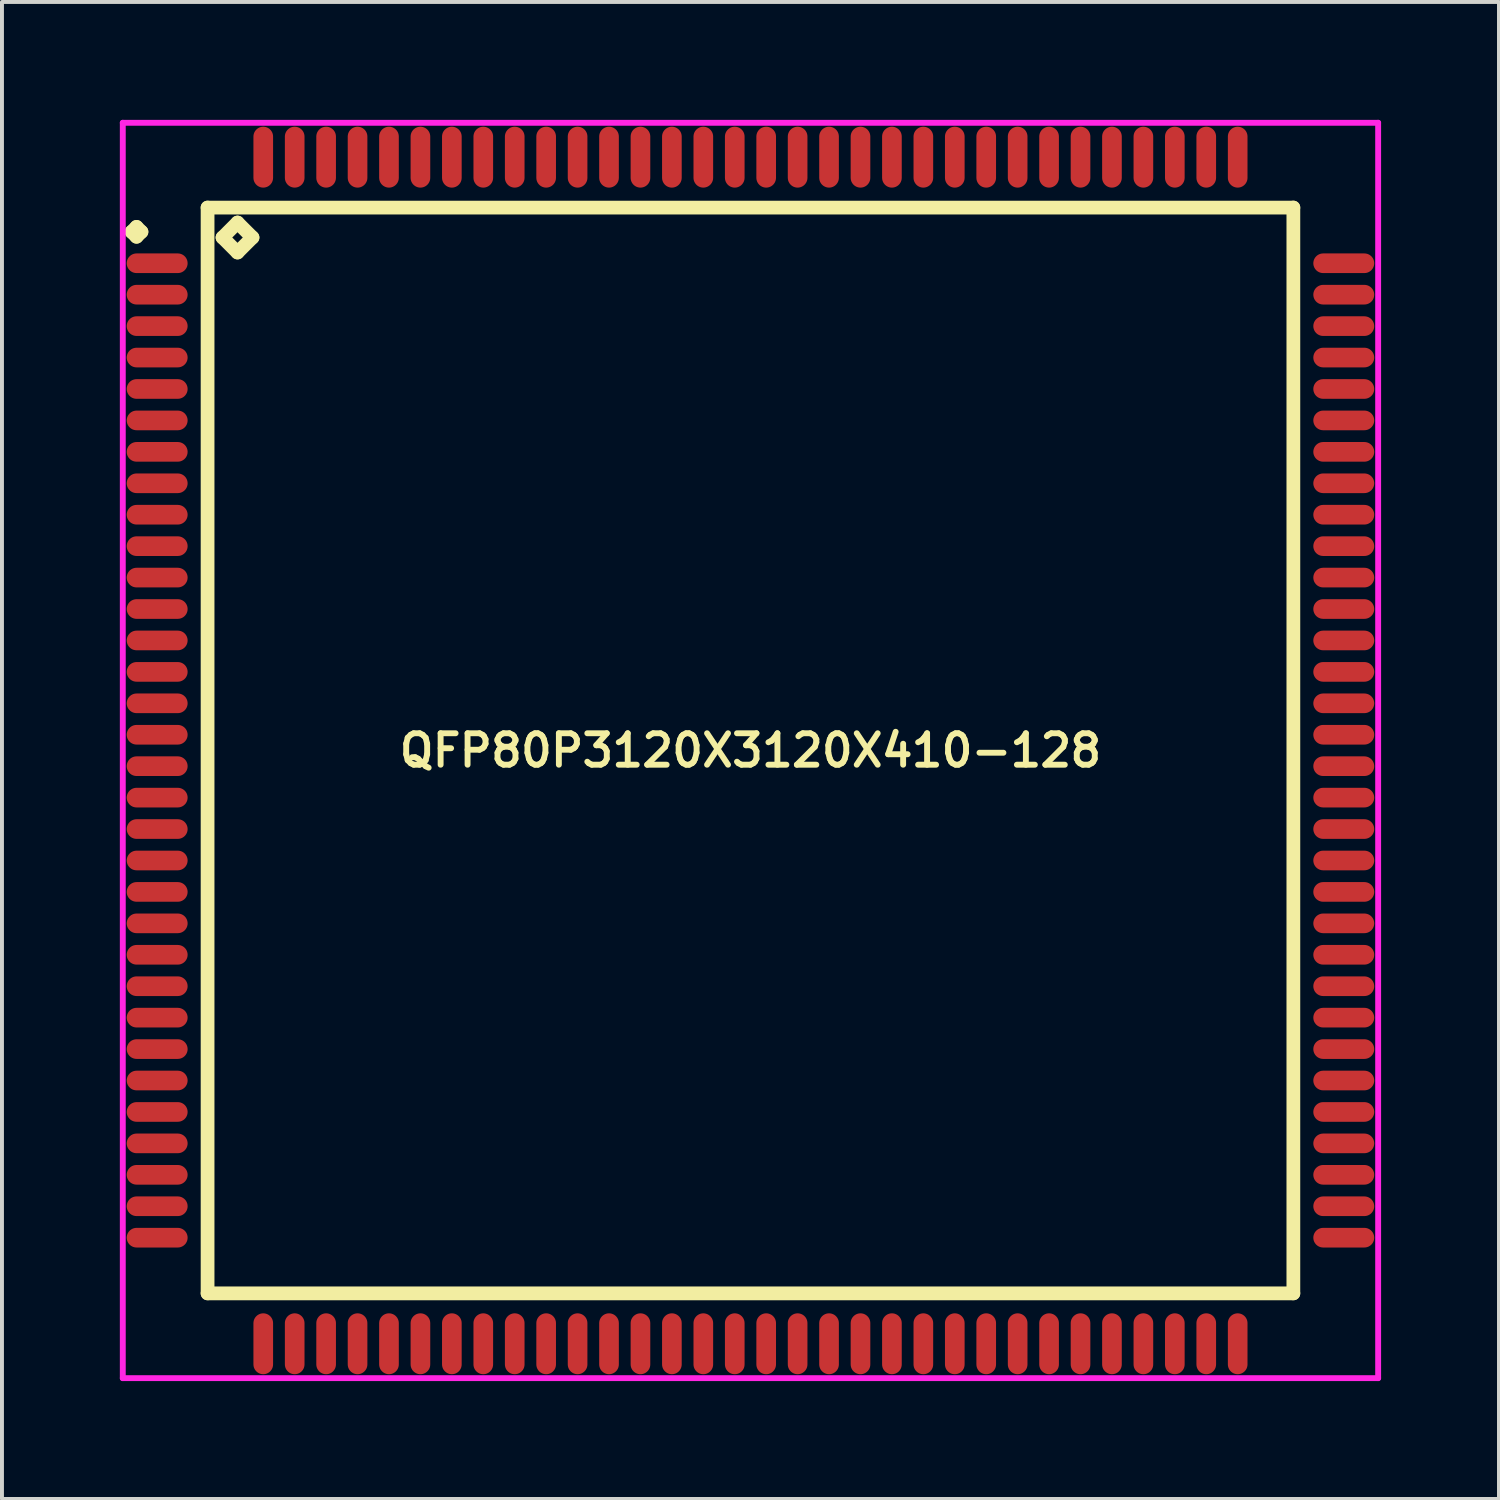
<source format=kicad_pcb>
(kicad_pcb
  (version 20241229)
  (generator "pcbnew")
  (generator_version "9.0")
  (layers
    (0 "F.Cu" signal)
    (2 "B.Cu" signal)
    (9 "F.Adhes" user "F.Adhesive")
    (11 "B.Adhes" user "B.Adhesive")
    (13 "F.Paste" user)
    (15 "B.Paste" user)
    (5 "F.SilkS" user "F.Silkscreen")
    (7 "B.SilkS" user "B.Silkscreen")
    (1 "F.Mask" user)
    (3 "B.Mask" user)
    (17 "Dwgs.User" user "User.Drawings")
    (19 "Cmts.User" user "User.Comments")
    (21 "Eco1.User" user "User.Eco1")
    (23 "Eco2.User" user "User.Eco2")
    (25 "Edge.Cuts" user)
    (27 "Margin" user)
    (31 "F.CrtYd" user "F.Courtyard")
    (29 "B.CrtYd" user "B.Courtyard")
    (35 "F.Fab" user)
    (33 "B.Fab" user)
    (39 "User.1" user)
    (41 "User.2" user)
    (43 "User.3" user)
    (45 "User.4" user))
  (footprint "QFP80P3120X3120X410-128"
    (layer "F.Cu")
    (at 16.05 16.05)
    (property "Reference" "QFP80P3120X3120X410-128" (at 0 0 0) (layer "F.SilkS") (effects (font (size 0.8 0.8) (thickness 0.15))))
    (attr through_hole)
    (fp_line (start -15.75 -13.2) (end -15.625 -13.325) (stroke (width 0.35) (type solid)) (layer "F.SilkS"))
    (fp_line (start -15.625 -13.325) (end -15.5 -13.2) (stroke (width 0.35) (type solid)) (layer "F.SilkS"))
    (fp_line (start -15.625 -13.075) (end -15.75 -13.2) (stroke (width 0.35) (type solid)) (layer "F.SilkS"))
    (fp_line (start -15.5 -13.2) (end -15.625 -13.075) (stroke (width 0.35) (type solid)) (layer "F.SilkS"))
    (fp_line (start -13.817 -13.817) (end -13.817 13.817) (stroke (width 0.35) (type solid)) (layer "F.SilkS"))
    (fp_line (start -13.817 13.817) (end 13.817 13.817) (stroke (width 0.35) (type solid)) (layer "F.SilkS"))
    (fp_line (start -13.436 -13.055) (end -13.055 -13.436) (stroke (width 0.35) (type solid)) (layer "F.SilkS"))
    (fp_line (start -13.055 -13.436) (end -12.674 -13.055) (stroke (width 0.35) (type solid)) (layer "F.SilkS"))
    (fp_line (start -13.055 -12.674) (end -13.436 -13.055) (stroke (width 0.35) (type solid)) (layer "F.SilkS"))
    (fp_line (start -12.674 -13.055) (end -13.055 -12.674) (stroke (width 0.35) (type solid)) (layer "F.SilkS"))
    (fp_line (start 13.817 -13.817) (end -13.817 -13.817) (stroke (width 0.35) (type solid)) (layer "F.SilkS"))
    (fp_line (start 13.817 13.817) (end 13.817 -13.817) (stroke (width 0.35) (type solid)) (layer "F.SilkS"))
    (fp_line (start -15.975 -15.975) (end 15.975 -15.975) (stroke (width 0.15) (type solid)) (layer "F.CrtYd"))
    (fp_line (start -15.975 15.975) (end -15.975 -15.975) (stroke (width 0.15) (type solid)) (layer "F.CrtYd"))
    (fp_line (start 15.975 -15.975) (end 15.975 15.975) (stroke (width 0.15) (type solid)) (layer "F.CrtYd"))
    (fp_line (start 15.975 15.975) (end -15.975 15.975) (stroke (width 0.15) (type solid)) (layer "F.CrtYd"))
    (pad "1" smd oval (at -15.1 -12.4) (size 1.55 0.5) (layers "F.Cu" "F.Mask" "F.Paste"))
    (pad "2" smd oval (at -15.1 -11.6) (size 1.55 0.5) (layers "F.Cu" "F.Mask" "F.Paste"))
    (pad "3" smd oval (at -15.1 -10.8) (size 1.55 0.5) (layers "F.Cu" "F.Mask" "F.Paste"))
    (pad "4" smd oval (at -15.1 -10) (size 1.55 0.5) (layers "F.Cu" "F.Mask" "F.Paste"))
    (pad "5" smd oval (at -15.1 -9.2) (size 1.55 0.5) (layers "F.Cu" "F.Mask" "F.Paste"))
    (pad "6" smd oval (at -15.1 -8.4) (size 1.55 0.5) (layers "F.Cu" "F.Mask" "F.Paste"))
    (pad "7" smd oval (at -15.1 -7.6) (size 1.55 0.5) (layers "F.Cu" "F.Mask" "F.Paste"))
    (pad "8" smd oval (at -15.1 -6.8) (size 1.55 0.5) (layers "F.Cu" "F.Mask" "F.Paste"))
    (pad "9" smd oval (at -15.1 -6) (size 1.55 0.5) (layers "F.Cu" "F.Mask" "F.Paste"))
    (pad "10" smd oval (at -15.1 -5.2) (size 1.55 0.5) (layers "F.Cu" "F.Mask" "F.Paste"))
    (pad "11" smd oval (at -15.1 -4.4) (size 1.55 0.5) (layers "F.Cu" "F.Mask" "F.Paste"))
    (pad "12" smd oval (at -15.1 -3.6) (size 1.55 0.5) (layers "F.Cu" "F.Mask" "F.Paste"))
    (pad "13" smd oval (at -15.1 -2.8) (size 1.55 0.5) (layers "F.Cu" "F.Mask" "F.Paste"))
    (pad "14" smd oval (at -15.1 -2) (size 1.55 0.5) (layers "F.Cu" "F.Mask" "F.Paste"))
    (pad "15" smd oval (at -15.1 -1.2) (size 1.55 0.5) (layers "F.Cu" "F.Mask" "F.Paste"))
    (pad "16" smd oval (at -15.1 -0.4) (size 1.55 0.5) (layers "F.Cu" "F.Mask" "F.Paste"))
    (pad "17" smd oval (at -15.1 0.4) (size 1.55 0.5) (layers "F.Cu" "F.Mask" "F.Paste"))
    (pad "18" smd oval (at -15.1 1.2) (size 1.55 0.5) (layers "F.Cu" "F.Mask" "F.Paste"))
    (pad "19" smd oval (at -15.1 2) (size 1.55 0.5) (layers "F.Cu" "F.Mask" "F.Paste"))
    (pad "20" smd oval (at -15.1 2.8) (size 1.55 0.5) (layers "F.Cu" "F.Mask" "F.Paste"))
    (pad "21" smd oval (at -15.1 3.6) (size 1.55 0.5) (layers "F.Cu" "F.Mask" "F.Paste"))
    (pad "22" smd oval (at -15.1 4.4) (size 1.55 0.5) (layers "F.Cu" "F.Mask" "F.Paste"))
    (pad "23" smd oval (at -15.1 5.2) (size 1.55 0.5) (layers "F.Cu" "F.Mask" "F.Paste"))
    (pad "24" smd oval (at -15.1 6) (size 1.55 0.5) (layers "F.Cu" "F.Mask" "F.Paste"))
    (pad "25" smd oval (at -15.1 6.8) (size 1.55 0.5) (layers "F.Cu" "F.Mask" "F.Paste"))
    (pad "26" smd oval (at -15.1 7.6) (size 1.55 0.5) (layers "F.Cu" "F.Mask" "F.Paste"))
    (pad "27" smd oval (at -15.1 8.4) (size 1.55 0.5) (layers "F.Cu" "F.Mask" "F.Paste"))
    (pad "28" smd oval (at -15.1 9.2) (size 1.55 0.5) (layers "F.Cu" "F.Mask" "F.Paste"))
    (pad "29" smd oval (at -15.1 10) (size 1.55 0.5) (layers "F.Cu" "F.Mask" "F.Paste"))
    (pad "30" smd oval (at -15.1 10.8) (size 1.55 0.5) (layers "F.Cu" "F.Mask" "F.Paste"))
    (pad "31" smd oval (at -15.1 11.6) (size 1.55 0.5) (layers "F.Cu" "F.Mask" "F.Paste"))
    (pad "32" smd oval (at -15.1 12.4) (size 1.55 0.5) (layers "F.Cu" "F.Mask" "F.Paste"))
    (pad "33" smd oval (at -12.4 15.1) (size 0.5 1.55) (layers "F.Cu" "F.Mask" "F.Paste"))
    (pad "34" smd oval (at -11.6 15.1) (size 0.5 1.55) (layers "F.Cu" "F.Mask" "F.Paste"))
    (pad "35" smd oval (at -10.8 15.1) (size 0.5 1.55) (layers "F.Cu" "F.Mask" "F.Paste"))
    (pad "36" smd oval (at -10 15.1) (size 0.5 1.55) (layers "F.Cu" "F.Mask" "F.Paste"))
    (pad "37" smd oval (at -9.2 15.1) (size 0.5 1.55) (layers "F.Cu" "F.Mask" "F.Paste"))
    (pad "38" smd oval (at -8.4 15.1) (size 0.5 1.55) (layers "F.Cu" "F.Mask" "F.Paste"))
    (pad "39" smd oval (at -7.6 15.1) (size 0.5 1.55) (layers "F.Cu" "F.Mask" "F.Paste"))
    (pad "40" smd oval (at -6.8 15.1) (size 0.5 1.55) (layers "F.Cu" "F.Mask" "F.Paste"))
    (pad "41" smd oval (at -6 15.1) (size 0.5 1.55) (layers "F.Cu" "F.Mask" "F.Paste"))
    (pad "42" smd oval (at -5.2 15.1) (size 0.5 1.55) (layers "F.Cu" "F.Mask" "F.Paste"))
    (pad "43" smd oval (at -4.4 15.1) (size 0.5 1.55) (layers "F.Cu" "F.Mask" "F.Paste"))
    (pad "44" smd oval (at -3.6 15.1) (size 0.5 1.55) (layers "F.Cu" "F.Mask" "F.Paste"))
    (pad "45" smd oval (at -2.8 15.1) (size 0.5 1.55) (layers "F.Cu" "F.Mask" "F.Paste"))
    (pad "46" smd oval (at -2 15.1) (size 0.5 1.55) (layers "F.Cu" "F.Mask" "F.Paste"))
    (pad "47" smd oval (at -1.2 15.1) (size 0.5 1.55) (layers "F.Cu" "F.Mask" "F.Paste"))
    (pad "48" smd oval (at -0.4 15.1) (size 0.5 1.55) (layers "F.Cu" "F.Mask" "F.Paste"))
    (pad "49" smd oval (at 0.4 15.1) (size 0.5 1.55) (layers "F.Cu" "F.Mask" "F.Paste"))
    (pad "50" smd oval (at 1.2 15.1) (size 0.5 1.55) (layers "F.Cu" "F.Mask" "F.Paste"))
    (pad "51" smd oval (at 2 15.1) (size 0.5 1.55) (layers "F.Cu" "F.Mask" "F.Paste"))
    (pad "52" smd oval (at 2.8 15.1) (size 0.5 1.55) (layers "F.Cu" "F.Mask" "F.Paste"))
    (pad "53" smd oval (at 3.6 15.1) (size 0.5 1.55) (layers "F.Cu" "F.Mask" "F.Paste"))
    (pad "54" smd oval (at 4.4 15.1) (size 0.5 1.55) (layers "F.Cu" "F.Mask" "F.Paste"))
    (pad "55" smd oval (at 5.2 15.1) (size 0.5 1.55) (layers "F.Cu" "F.Mask" "F.Paste"))
    (pad "56" smd oval (at 6 15.1) (size 0.5 1.55) (layers "F.Cu" "F.Mask" "F.Paste"))
    (pad "57" smd oval (at 6.8 15.1) (size 0.5 1.55) (layers "F.Cu" "F.Mask" "F.Paste"))
    (pad "58" smd oval (at 7.6 15.1) (size 0.5 1.55) (layers "F.Cu" "F.Mask" "F.Paste"))
    (pad "59" smd oval (at 8.4 15.1) (size 0.5 1.55) (layers "F.Cu" "F.Mask" "F.Paste"))
    (pad "60" smd oval (at 9.2 15.1) (size 0.5 1.55) (layers "F.Cu" "F.Mask" "F.Paste"))
    (pad "61" smd oval (at 10 15.1) (size 0.5 1.55) (layers "F.Cu" "F.Mask" "F.Paste"))
    (pad "62" smd oval (at 10.8 15.1) (size 0.5 1.55) (layers "F.Cu" "F.Mask" "F.Paste"))
    (pad "63" smd oval (at 11.6 15.1) (size 0.5 1.55) (layers "F.Cu" "F.Mask" "F.Paste"))
    (pad "64" smd oval (at 12.4 15.1) (size 0.5 1.55) (layers "F.Cu" "F.Mask" "F.Paste"))
    (pad "65" smd oval (at 15.1 12.4) (size 1.55 0.5) (layers "F.Cu" "F.Mask" "F.Paste"))
    (pad "66" smd oval (at 15.1 11.6) (size 1.55 0.5) (layers "F.Cu" "F.Mask" "F.Paste"))
    (pad "67" smd oval (at 15.1 10.8) (size 1.55 0.5) (layers "F.Cu" "F.Mask" "F.Paste"))
    (pad "68" smd oval (at 15.1 10) (size 1.55 0.5) (layers "F.Cu" "F.Mask" "F.Paste"))
    (pad "69" smd oval (at 15.1 9.2) (size 1.55 0.5) (layers "F.Cu" "F.Mask" "F.Paste"))
    (pad "70" smd oval (at 15.1 8.4) (size 1.55 0.5) (layers "F.Cu" "F.Mask" "F.Paste"))
    (pad "71" smd oval (at 15.1 7.6) (size 1.55 0.5) (layers "F.Cu" "F.Mask" "F.Paste"))
    (pad "72" smd oval (at 15.1 6.8) (size 1.55 0.5) (layers "F.Cu" "F.Mask" "F.Paste"))
    (pad "73" smd oval (at 15.1 6) (size 1.55 0.5) (layers "F.Cu" "F.Mask" "F.Paste"))
    (pad "74" smd oval (at 15.1 5.2) (size 1.55 0.5) (layers "F.Cu" "F.Mask" "F.Paste"))
    (pad "75" smd oval (at 15.1 4.4) (size 1.55 0.5) (layers "F.Cu" "F.Mask" "F.Paste"))
    (pad "76" smd oval (at 15.1 3.6) (size 1.55 0.5) (layers "F.Cu" "F.Mask" "F.Paste"))
    (pad "77" smd oval (at 15.1 2.8) (size 1.55 0.5) (layers "F.Cu" "F.Mask" "F.Paste"))
    (pad "78" smd oval (at 15.1 2) (size 1.55 0.5) (layers "F.Cu" "F.Mask" "F.Paste"))
    (pad "79" smd oval (at 15.1 1.2) (size 1.55 0.5) (layers "F.Cu" "F.Mask" "F.Paste"))
    (pad "80" smd oval (at 15.1 0.4) (size 1.55 0.5) (layers "F.Cu" "F.Mask" "F.Paste"))
    (pad "81" smd oval (at 15.1 -0.4) (size 1.55 0.5) (layers "F.Cu" "F.Mask" "F.Paste"))
    (pad "82" smd oval (at 15.1 -1.2) (size 1.55 0.5) (layers "F.Cu" "F.Mask" "F.Paste"))
    (pad "83" smd oval (at 15.1 -2) (size 1.55 0.5) (layers "F.Cu" "F.Mask" "F.Paste"))
    (pad "84" smd oval (at 15.1 -2.8) (size 1.55 0.5) (layers "F.Cu" "F.Mask" "F.Paste"))
    (pad "85" smd oval (at 15.1 -3.6) (size 1.55 0.5) (layers "F.Cu" "F.Mask" "F.Paste"))
    (pad "86" smd oval (at 15.1 -4.4) (size 1.55 0.5) (layers "F.Cu" "F.Mask" "F.Paste"))
    (pad "87" smd oval (at 15.1 -5.2) (size 1.55 0.5) (layers "F.Cu" "F.Mask" "F.Paste"))
    (pad "88" smd oval (at 15.1 -6) (size 1.55 0.5) (layers "F.Cu" "F.Mask" "F.Paste"))
    (pad "89" smd oval (at 15.1 -6.8) (size 1.55 0.5) (layers "F.Cu" "F.Mask" "F.Paste"))
    (pad "90" smd oval (at 15.1 -7.6) (size 1.55 0.5) (layers "F.Cu" "F.Mask" "F.Paste"))
    (pad "91" smd oval (at 15.1 -8.4) (size 1.55 0.5) (layers "F.Cu" "F.Mask" "F.Paste"))
    (pad "92" smd oval (at 15.1 -9.2) (size 1.55 0.5) (layers "F.Cu" "F.Mask" "F.Paste"))
    (pad "93" smd oval (at 15.1 -10) (size 1.55 0.5) (layers "F.Cu" "F.Mask" "F.Paste"))
    (pad "94" smd oval (at 15.1 -10.8) (size 1.55 0.5) (layers "F.Cu" "F.Mask" "F.Paste"))
    (pad "95" smd oval (at 15.1 -11.6) (size 1.55 0.5) (layers "F.Cu" "F.Mask" "F.Paste"))
    (pad "96" smd oval (at 15.1 -12.4) (size 1.55 0.5) (layers "F.Cu" "F.Mask" "F.Paste"))
    (pad "97" smd oval (at 12.4 -15.1) (size 0.5 1.55) (layers "F.Cu" "F.Mask" "F.Paste"))
    (pad "98" smd oval (at 11.6 -15.1) (size 0.5 1.55) (layers "F.Cu" "F.Mask" "F.Paste"))
    (pad "99" smd oval (at 10.8 -15.1) (size 0.5 1.55) (layers "F.Cu" "F.Mask" "F.Paste"))
    (pad "100" smd oval (at 10 -15.1) (size 0.5 1.55) (layers "F.Cu" "F.Mask" "F.Paste"))
    (pad "101" smd oval (at 9.2 -15.1) (size 0.5 1.55) (layers "F.Cu" "F.Mask" "F.Paste"))
    (pad "102" smd oval (at 8.4 -15.1) (size 0.5 1.55) (layers "F.Cu" "F.Mask" "F.Paste"))
    (pad "103" smd oval (at 7.6 -15.1) (size 0.5 1.55) (layers "F.Cu" "F.Mask" "F.Paste"))
    (pad "104" smd oval (at 6.8 -15.1) (size 0.5 1.55) (layers "F.Cu" "F.Mask" "F.Paste"))
    (pad "105" smd oval (at 6 -15.1) (size 0.5 1.55) (layers "F.Cu" "F.Mask" "F.Paste"))
    (pad "106" smd oval (at 5.2 -15.1) (size 0.5 1.55) (layers "F.Cu" "F.Mask" "F.Paste"))
    (pad "107" smd oval (at 4.4 -15.1) (size 0.5 1.55) (layers "F.Cu" "F.Mask" "F.Paste"))
    (pad "108" smd oval (at 3.6 -15.1) (size 0.5 1.55) (layers "F.Cu" "F.Mask" "F.Paste"))
    (pad "109" smd oval (at 2.8 -15.1) (size 0.5 1.55) (layers "F.Cu" "F.Mask" "F.Paste"))
    (pad "110" smd oval (at 2 -15.1) (size 0.5 1.55) (layers "F.Cu" "F.Mask" "F.Paste"))
    (pad "111" smd oval (at 1.2 -15.1) (size 0.5 1.55) (layers "F.Cu" "F.Mask" "F.Paste"))
    (pad "112" smd oval (at 0.4 -15.1) (size 0.5 1.55) (layers "F.Cu" "F.Mask" "F.Paste"))
    (pad "113" smd oval (at -0.4 -15.1) (size 0.5 1.55) (layers "F.Cu" "F.Mask" "F.Paste"))
    (pad "114" smd oval (at -1.2 -15.1) (size 0.5 1.55) (layers "F.Cu" "F.Mask" "F.Paste"))
    (pad "115" smd oval (at -2 -15.1) (size 0.5 1.55) (layers "F.Cu" "F.Mask" "F.Paste"))
    (pad "116" smd oval (at -2.8 -15.1) (size 0.5 1.55) (layers "F.Cu" "F.Mask" "F.Paste"))
    (pad "117" smd oval (at -3.6 -15.1) (size 0.5 1.55) (layers "F.Cu" "F.Mask" "F.Paste"))
    (pad "118" smd oval (at -4.4 -15.1) (size 0.5 1.55) (layers "F.Cu" "F.Mask" "F.Paste"))
    (pad "119" smd oval (at -5.2 -15.1) (size 0.5 1.55) (layers "F.Cu" "F.Mask" "F.Paste"))
    (pad "120" smd oval (at -6 -15.1) (size 0.5 1.55) (layers "F.Cu" "F.Mask" "F.Paste"))
    (pad "121" smd oval (at -6.8 -15.1) (size 0.5 1.55) (layers "F.Cu" "F.Mask" "F.Paste"))
    (pad "122" smd oval (at -7.6 -15.1) (size 0.5 1.55) (layers "F.Cu" "F.Mask" "F.Paste"))
    (pad "123" smd oval (at -8.4 -15.1) (size 0.5 1.55) (layers "F.Cu" "F.Mask" "F.Paste"))
    (pad "124" smd oval (at -9.2 -15.1) (size 0.5 1.55) (layers "F.Cu" "F.Mask" "F.Paste"))
    (pad "125" smd oval (at -10 -15.1) (size 0.5 1.55) (layers "F.Cu" "F.Mask" "F.Paste"))
    (pad "126" smd oval (at -10.8 -15.1) (size 0.5 1.55) (layers "F.Cu" "F.Mask" "F.Paste"))
    (pad "127" smd oval (at -11.6 -15.1) (size 0.5 1.55) (layers "F.Cu" "F.Mask" "F.Paste"))
    (pad "128" smd oval (at -12.4 -15.1) (size 0.5 1.55) (layers "F.Cu" "F.Mask" "F.Paste")))
  (gr_rect
    (start -3 -3)
    (end 35.1 35.1)
    (stroke (width 0.1) (type default))
    (fill no)
    (layer "Edge.Cuts")))
</source>
